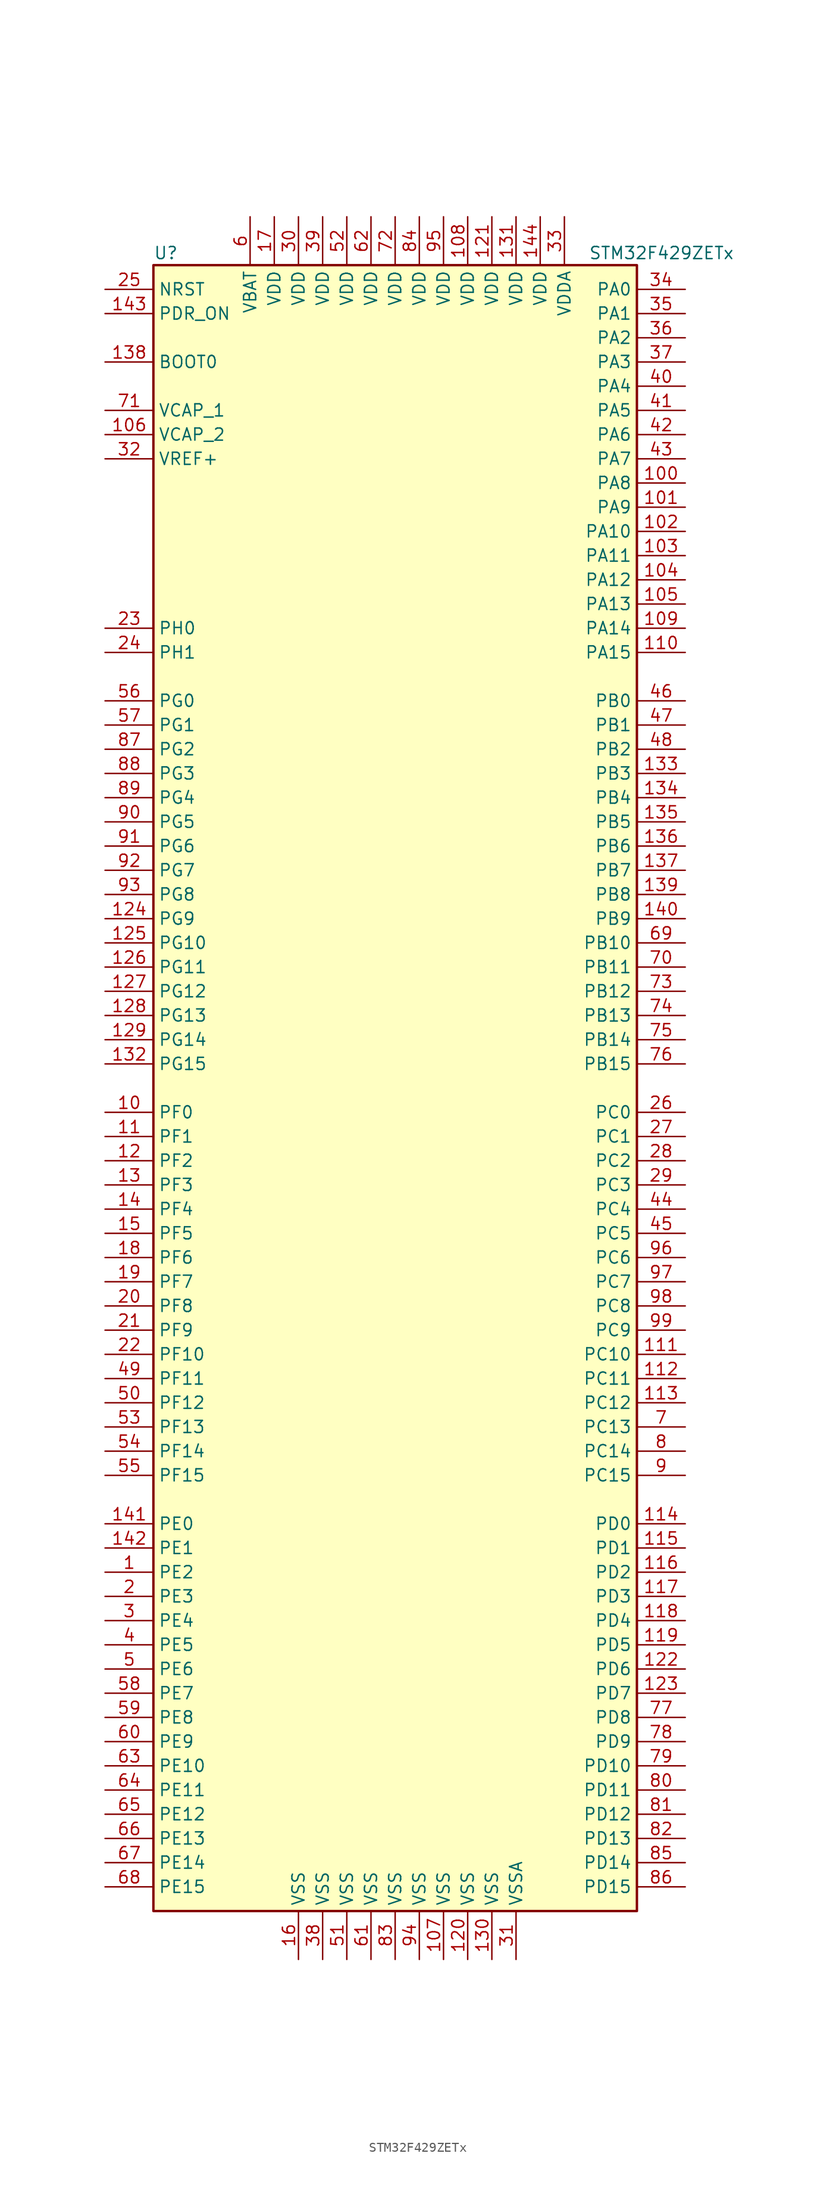
<source format=kicad_sym>
(kicad_symbol_lib
  (version 20220914)
  (generator kicad_symbol_editor)
  (symbol "STM32F429ZETx"
    (property "Reference" "U"
      (at -25.4 87.63 0)
      (effects (font (size 1.27 1.27)) (justify left)))
    (property "Value" "STM32F429ZETx"
      (at 20.32 87.63 0)
      (effects (font (size 1.27 1.27)) (justify left)))
    (symbol "STM32F429ZETx_0_1"
      (rectangle (start -25.4 -86.36) (end 25.4 86.36) (stroke (width 0.254) (type default)) (fill (type background))))
    (symbol "STM32F429ZETx_1_1"
      (pin bidirectional line (at -30.48 -50.8 0) (length 5.08) (name "PE2" (effects (font (size 1.27 1.27)))) (number "1" (effects (font (size 1.27 1.27)))))
      (pin bidirectional line (at -30.48 -2.54 0) (length 5.08) (name "PF0" (effects (font (size 1.27 1.27)))) (number "10" (effects (font (size 1.27 1.27)))))
      (pin bidirectional line (at 30.48 63.5 180) (length 5.08) (name "PA8" (effects (font (size 1.27 1.27)))) (number "100" (effects (font (size 1.27 1.27)))))
      (pin bidirectional line (at 30.48 60.96 180) (length 5.08) (name "PA9" (effects (font (size 1.27 1.27)))) (number "101" (effects (font (size 1.27 1.27)))))
      (pin bidirectional line (at 30.48 58.42 180) (length 5.08) (name "PA10" (effects (font (size 1.27 1.27)))) (number "102" (effects (font (size 1.27 1.27)))))
      (pin bidirectional line (at 30.48 55.88 180) (length 5.08) (name "PA11" (effects (font (size 1.27 1.27)))) (number "103" (effects (font (size 1.27 1.27)))))
      (pin bidirectional line (at 30.48 53.34 180) (length 5.08) (name "PA12" (effects (font (size 1.27 1.27)))) (number "104" (effects (font (size 1.27 1.27)))))
      (pin bidirectional line (at 30.48 50.8 180) (length 5.08) (name "PA13" (effects (font (size 1.27 1.27)))) (number "105" (effects (font (size 1.27 1.27)))))
      (pin power_in line (at -30.48 68.58 0) (length 5.08) (name "VCAP_2" (effects (font (size 1.27 1.27)))) (number "106" (effects (font (size 1.27 1.27)))))
      (pin power_in line (at 5.08 -91.44 90) (length 5.08) (name "VSS" (effects (font (size 1.27 1.27)))) (number "107" (effects (font (size 1.27 1.27)))))
      (pin power_in line (at 7.62 91.44 270) (length 5.08) (name "VDD" (effects (font (size 1.27 1.27)))) (number "108" (effects (font (size 1.27 1.27)))))
      (pin bidirectional line (at 30.48 48.26 180) (length 5.08) (name "PA14" (effects (font (size 1.27 1.27)))) (number "109" (effects (font (size 1.27 1.27)))))
      (pin bidirectional line (at -30.48 -5.08 0) (length 5.08) (name "PF1" (effects (font (size 1.27 1.27)))) (number "11" (effects (font (size 1.27 1.27)))))
      (pin bidirectional line (at 30.48 45.72 180) (length 5.08) (name "PA15" (effects (font (size 1.27 1.27)))) (number "110" (effects (font (size 1.27 1.27)))))
      (pin bidirectional line (at 30.48 -27.94 180) (length 5.08) (name "PC10" (effects (font (size 1.27 1.27)))) (number "111" (effects (font (size 1.27 1.27)))))
      (pin bidirectional line (at 30.48 -30.48 180) (length 5.08) (name "PC11" (effects (font (size 1.27 1.27)))) (number "112" (effects (font (size 1.27 1.27)))))
      (pin bidirectional line (at 30.48 -33.02 180) (length 5.08) (name "PC12" (effects (font (size 1.27 1.27)))) (number "113" (effects (font (size 1.27 1.27)))))
      (pin bidirectional line (at 30.48 -45.72 180) (length 5.08) (name "PD0" (effects (font (size 1.27 1.27)))) (number "114" (effects (font (size 1.27 1.27)))))
      (pin bidirectional line (at 30.48 -48.26 180) (length 5.08) (name "PD1" (effects (font (size 1.27 1.27)))) (number "115" (effects (font (size 1.27 1.27)))))
      (pin bidirectional line (at 30.48 -50.8 180) (length 5.08) (name "PD2" (effects (font (size 1.27 1.27)))) (number "116" (effects (font (size 1.27 1.27)))))
      (pin bidirectional line (at 30.48 -53.34 180) (length 5.08) (name "PD3" (effects (font (size 1.27 1.27)))) (number "117" (effects (font (size 1.27 1.27)))))
      (pin bidirectional line (at 30.48 -55.88 180) (length 5.08) (name "PD4" (effects (font (size 1.27 1.27)))) (number "118" (effects (font (size 1.27 1.27)))))
      (pin bidirectional line (at 30.48 -58.42 180) (length 5.08) (name "PD5" (effects (font (size 1.27 1.27)))) (number "119" (effects (font (size 1.27 1.27)))))
      (pin bidirectional line (at -30.48 -7.62 0) (length 5.08) (name "PF2" (effects (font (size 1.27 1.27)))) (number "12" (effects (font (size 1.27 1.27)))))
      (pin power_in line (at 7.62 -91.44 90) (length 5.08) (name "VSS" (effects (font (size 1.27 1.27)))) (number "120" (effects (font (size 1.27 1.27)))))
      (pin power_in line (at 10.16 91.44 270) (length 5.08) (name "VDD" (effects (font (size 1.27 1.27)))) (number "121" (effects (font (size 1.27 1.27)))))
      (pin bidirectional line (at 30.48 -60.96 180) (length 5.08) (name "PD6" (effects (font (size 1.27 1.27)))) (number "122" (effects (font (size 1.27 1.27)))))
      (pin bidirectional line (at 30.48 -63.5 180) (length 5.08) (name "PD7" (effects (font (size 1.27 1.27)))) (number "123" (effects (font (size 1.27 1.27)))))
      (pin bidirectional line (at -30.48 17.78 0) (length 5.08) (name "PG9" (effects (font (size 1.27 1.27)))) (number "124" (effects (font (size 1.27 1.27)))))
      (pin bidirectional line (at -30.48 15.24 0) (length 5.08) (name "PG10" (effects (font (size 1.27 1.27)))) (number "125" (effects (font (size 1.27 1.27)))))
      (pin bidirectional line (at -30.48 12.7 0) (length 5.08) (name "PG11" (effects (font (size 1.27 1.27)))) (number "126" (effects (font (size 1.27 1.27)))))
      (pin bidirectional line (at -30.48 10.16 0) (length 5.08) (name "PG12" (effects (font (size 1.27 1.27)))) (number "127" (effects (font (size 1.27 1.27)))))
      (pin bidirectional line (at -30.48 7.62 0) (length 5.08) (name "PG13" (effects (font (size 1.27 1.27)))) (number "128" (effects (font (size 1.27 1.27)))))
      (pin bidirectional line (at -30.48 5.08 0) (length 5.08) (name "PG14" (effects (font (size 1.27 1.27)))) (number "129" (effects (font (size 1.27 1.27)))))
      (pin bidirectional line (at -30.48 -10.16 0) (length 5.08) (name "PF3" (effects (font (size 1.27 1.27)))) (number "13" (effects (font (size 1.27 1.27)))))
      (pin power_in line (at 10.16 -91.44 90) (length 5.08) (name "VSS" (effects (font (size 1.27 1.27)))) (number "130" (effects (font (size 1.27 1.27)))))
      (pin power_in line (at 12.7 91.44 270) (length 5.08) (name "VDD" (effects (font (size 1.27 1.27)))) (number "131" (effects (font (size 1.27 1.27)))))
      (pin bidirectional line (at -30.48 2.54 0) (length 5.08) (name "PG15" (effects (font (size 1.27 1.27)))) (number "132" (effects (font (size 1.27 1.27)))))
      (pin bidirectional line (at 30.48 33.02 180) (length 5.08) (name "PB3" (effects (font (size 1.27 1.27)))) (number "133" (effects (font (size 1.27 1.27)))))
      (pin bidirectional line (at 30.48 30.48 180) (length 5.08) (name "PB4" (effects (font (size 1.27 1.27)))) (number "134" (effects (font (size 1.27 1.27)))))
      (pin bidirectional line (at 30.48 27.94 180) (length 5.08) (name "PB5" (effects (font (size 1.27 1.27)))) (number "135" (effects (font (size 1.27 1.27)))))
      (pin bidirectional line (at 30.48 25.4 180) (length 5.08) (name "PB6" (effects (font (size 1.27 1.27)))) (number "136" (effects (font (size 1.27 1.27)))))
      (pin bidirectional line (at 30.48 22.86 180) (length 5.08) (name "PB7" (effects (font (size 1.27 1.27)))) (number "137" (effects (font (size 1.27 1.27)))))
      (pin input line (at -30.48 76.2 0) (length 5.08) (name "BOOT0" (effects (font (size 1.27 1.27)))) (number "138" (effects (font (size 1.27 1.27)))))
      (pin bidirectional line (at 30.48 20.32 180) (length 5.08) (name "PB8" (effects (font (size 1.27 1.27)))) (number "139" (effects (font (size 1.27 1.27)))))
      (pin bidirectional line (at -30.48 -12.7 0) (length 5.08) (name "PF4" (effects (font (size 1.27 1.27)))) (number "14" (effects (font (size 1.27 1.27)))))
      (pin bidirectional line (at 30.48 17.78 180) (length 5.08) (name "PB9" (effects (font (size 1.27 1.27)))) (number "140" (effects (font (size 1.27 1.27)))))
      (pin bidirectional line (at -30.48 -45.72 0) (length 5.08) (name "PE0" (effects (font (size 1.27 1.27)))) (number "141" (effects (font (size 1.27 1.27)))))
      (pin bidirectional line (at -30.48 -48.26 0) (length 5.08) (name "PE1" (effects (font (size 1.27 1.27)))) (number "142" (effects (font (size 1.27 1.27)))))
      (pin input line (at -30.48 81.28 0) (length 5.08) (name "PDR_ON" (effects (font (size 1.27 1.27)))) (number "143" (effects (font (size 1.27 1.27)))))
      (pin power_in line (at 15.24 91.44 270) (length 5.08) (name "VDD" (effects (font (size 1.27 1.27)))) (number "144" (effects (font (size 1.27 1.27)))))
      (pin bidirectional line (at -30.48 -15.24 0) (length 5.08) (name "PF5" (effects (font (size 1.27 1.27)))) (number "15" (effects (font (size 1.27 1.27)))))
      (pin power_in line (at -10.16 -91.44 90) (length 5.08) (name "VSS" (effects (font (size 1.27 1.27)))) (number "16" (effects (font (size 1.27 1.27)))))
      (pin power_in line (at -12.7 91.44 270) (length 5.08) (name "VDD" (effects (font (size 1.27 1.27)))) (number "17" (effects (font (size 1.27 1.27)))))
      (pin bidirectional line (at -30.48 -17.78 0) (length 5.08) (name "PF6" (effects (font (size 1.27 1.27)))) (number "18" (effects (font (size 1.27 1.27)))))
      (pin bidirectional line (at -30.48 -20.32 0) (length 5.08) (name "PF7" (effects (font (size 1.27 1.27)))) (number "19" (effects (font (size 1.27 1.27)))))
      (pin bidirectional line (at -30.48 -53.34 0) (length 5.08) (name "PE3" (effects (font (size 1.27 1.27)))) (number "2" (effects (font (size 1.27 1.27)))))
      (pin bidirectional line (at -30.48 -22.86 0) (length 5.08) (name "PF8" (effects (font (size 1.27 1.27)))) (number "20" (effects (font (size 1.27 1.27)))))
      (pin bidirectional line (at -30.48 -25.4 0) (length 5.08) (name "PF9" (effects (font (size 1.27 1.27)))) (number "21" (effects (font (size 1.27 1.27)))))
      (pin bidirectional line (at -30.48 -27.94 0) (length 5.08) (name "PF10" (effects (font (size 1.27 1.27)))) (number "22" (effects (font (size 1.27 1.27)))))
      (pin input line (at -30.48 48.26 0) (length 5.08) (name "PH0" (effects (font (size 1.27 1.27)))) (number "23" (effects (font (size 1.27 1.27)))))
      (pin input line (at -30.48 45.72 0) (length 5.08) (name "PH1" (effects (font (size 1.27 1.27)))) (number "24" (effects (font (size 1.27 1.27)))))
      (pin input line (at -30.48 83.82 0) (length 5.08) (name "NRST" (effects (font (size 1.27 1.27)))) (number "25" (effects (font (size 1.27 1.27)))))
      (pin bidirectional line (at 30.48 -2.54 180) (length 5.08) (name "PC0" (effects (font (size 1.27 1.27)))) (number "26" (effects (font (size 1.27 1.27)))))
      (pin bidirectional line (at 30.48 -5.08 180) (length 5.08) (name "PC1" (effects (font (size 1.27 1.27)))) (number "27" (effects (font (size 1.27 1.27)))))
      (pin bidirectional line (at 30.48 -7.62 180) (length 5.08) (name "PC2" (effects (font (size 1.27 1.27)))) (number "28" (effects (font (size 1.27 1.27)))))
      (pin bidirectional line (at 30.48 -10.16 180) (length 5.08) (name "PC3" (effects (font (size 1.27 1.27)))) (number "29" (effects (font (size 1.27 1.27)))))
      (pin bidirectional line (at -30.48 -55.88 0) (length 5.08) (name "PE4" (effects (font (size 1.27 1.27)))) (number "3" (effects (font (size 1.27 1.27)))))
      (pin power_in line (at -10.16 91.44 270) (length 5.08) (name "VDD" (effects (font (size 1.27 1.27)))) (number "30" (effects (font (size 1.27 1.27)))))
      (pin power_in line (at 12.7 -91.44 90) (length 5.08) (name "VSSA" (effects (font (size 1.27 1.27)))) (number "31" (effects (font (size 1.27 1.27)))))
      (pin power_in line (at -30.48 66.04 0) (length 5.08) (name "VREF+" (effects (font (size 1.27 1.27)))) (number "32" (effects (font (size 1.27 1.27)))))
      (pin power_in line (at 17.78 91.44 270) (length 5.08) (name "VDDA" (effects (font (size 1.27 1.27)))) (number "33" (effects (font (size 1.27 1.27)))))
      (pin bidirectional line (at 30.48 83.82 180) (length 5.08) (name "PA0" (effects (font (size 1.27 1.27)))) (number "34" (effects (font (size 1.27 1.27)))))
      (pin bidirectional line (at 30.48 81.28 180) (length 5.08) (name "PA1" (effects (font (size 1.27 1.27)))) (number "35" (effects (font (size 1.27 1.27)))))
      (pin bidirectional line (at 30.48 78.74 180) (length 5.08) (name "PA2" (effects (font (size 1.27 1.27)))) (number "36" (effects (font (size 1.27 1.27)))))
      (pin bidirectional line (at 30.48 76.2 180) (length 5.08) (name "PA3" (effects (font (size 1.27 1.27)))) (number "37" (effects (font (size 1.27 1.27)))))
      (pin power_in line (at -7.62 -91.44 90) (length 5.08) (name "VSS" (effects (font (size 1.27 1.27)))) (number "38" (effects (font (size 1.27 1.27)))))
      (pin power_in line (at -7.62 91.44 270) (length 5.08) (name "VDD" (effects (font (size 1.27 1.27)))) (number "39" (effects (font (size 1.27 1.27)))))
      (pin bidirectional line (at -30.48 -58.42 0) (length 5.08) (name "PE5" (effects (font (size 1.27 1.27)))) (number "4" (effects (font (size 1.27 1.27)))))
      (pin bidirectional line (at 30.48 73.66 180) (length 5.08) (name "PA4" (effects (font (size 1.27 1.27)))) (number "40" (effects (font (size 1.27 1.27)))))
      (pin bidirectional line (at 30.48 71.12 180) (length 5.08) (name "PA5" (effects (font (size 1.27 1.27)))) (number "41" (effects (font (size 1.27 1.27)))))
      (pin bidirectional line (at 30.48 68.58 180) (length 5.08) (name "PA6" (effects (font (size 1.27 1.27)))) (number "42" (effects (font (size 1.27 1.27)))))
      (pin bidirectional line (at 30.48 66.04 180) (length 5.08) (name "PA7" (effects (font (size 1.27 1.27)))) (number "43" (effects (font (size 1.27 1.27)))))
      (pin bidirectional line (at 30.48 -12.7 180) (length 5.08) (name "PC4" (effects (font (size 1.27 1.27)))) (number "44" (effects (font (size 1.27 1.27)))))
      (pin bidirectional line (at 30.48 -15.24 180) (length 5.08) (name "PC5" (effects (font (size 1.27 1.27)))) (number "45" (effects (font (size 1.27 1.27)))))
      (pin bidirectional line (at 30.48 40.64 180) (length 5.08) (name "PB0" (effects (font (size 1.27 1.27)))) (number "46" (effects (font (size 1.27 1.27)))))
      (pin bidirectional line (at 30.48 38.1 180) (length 5.08) (name "PB1" (effects (font (size 1.27 1.27)))) (number "47" (effects (font (size 1.27 1.27)))))
      (pin bidirectional line (at 30.48 35.56 180) (length 5.08) (name "PB2" (effects (font (size 1.27 1.27)))) (number "48" (effects (font (size 1.27 1.27)))))
      (pin bidirectional line (at -30.48 -30.48 0) (length 5.08) (name "PF11" (effects (font (size 1.27 1.27)))) (number "49" (effects (font (size 1.27 1.27)))))
      (pin bidirectional line (at -30.48 -60.96 0) (length 5.08) (name "PE6" (effects (font (size 1.27 1.27)))) (number "5" (effects (font (size 1.27 1.27)))))
      (pin bidirectional line (at -30.48 -33.02 0) (length 5.08) (name "PF12" (effects (font (size 1.27 1.27)))) (number "50" (effects (font (size 1.27 1.27)))))
      (pin power_in line (at -5.08 -91.44 90) (length 5.08) (name "VSS" (effects (font (size 1.27 1.27)))) (number "51" (effects (font (size 1.27 1.27)))))
      (pin power_in line (at -5.08 91.44 270) (length 5.08) (name "VDD" (effects (font (size 1.27 1.27)))) (number "52" (effects (font (size 1.27 1.27)))))
      (pin bidirectional line (at -30.48 -35.56 0) (length 5.08) (name "PF13" (effects (font (size 1.27 1.27)))) (number "53" (effects (font (size 1.27 1.27)))))
      (pin bidirectional line (at -30.48 -38.1 0) (length 5.08) (name "PF14" (effects (font (size 1.27 1.27)))) (number "54" (effects (font (size 1.27 1.27)))))
      (pin bidirectional line (at -30.48 -40.64 0) (length 5.08) (name "PF15" (effects (font (size 1.27 1.27)))) (number "55" (effects (font (size 1.27 1.27)))))
      (pin bidirectional line (at -30.48 40.64 0) (length 5.08) (name "PG0" (effects (font (size 1.27 1.27)))) (number "56" (effects (font (size 1.27 1.27)))))
      (pin bidirectional line (at -30.48 38.1 0) (length 5.08) (name "PG1" (effects (font (size 1.27 1.27)))) (number "57" (effects (font (size 1.27 1.27)))))
      (pin bidirectional line (at -30.48 -63.5 0) (length 5.08) (name "PE7" (effects (font (size 1.27 1.27)))) (number "58" (effects (font (size 1.27 1.27)))))
      (pin bidirectional line (at -30.48 -66.04 0) (length 5.08) (name "PE8" (effects (font (size 1.27 1.27)))) (number "59" (effects (font (size 1.27 1.27)))))
      (pin power_in line (at -15.24 91.44 270) (length 5.08) (name "VBAT" (effects (font (size 1.27 1.27)))) (number "6" (effects (font (size 1.27 1.27)))))
      (pin bidirectional line (at -30.48 -68.58 0) (length 5.08) (name "PE9" (effects (font (size 1.27 1.27)))) (number "60" (effects (font (size 1.27 1.27)))))
      (pin power_in line (at -2.54 -91.44 90) (length 5.08) (name "VSS" (effects (font (size 1.27 1.27)))) (number "61" (effects (font (size 1.27 1.27)))))
      (pin power_in line (at -2.54 91.44 270) (length 5.08) (name "VDD" (effects (font (size 1.27 1.27)))) (number "62" (effects (font (size 1.27 1.27)))))
      (pin bidirectional line (at -30.48 -71.12 0) (length 5.08) (name "PE10" (effects (font (size 1.27 1.27)))) (number "63" (effects (font (size 1.27 1.27)))))
      (pin bidirectional line (at -30.48 -73.66 0) (length 5.08) (name "PE11" (effects (font (size 1.27 1.27)))) (number "64" (effects (font (size 1.27 1.27)))))
      (pin bidirectional line (at -30.48 -76.2 0) (length 5.08) (name "PE12" (effects (font (size 1.27 1.27)))) (number "65" (effects (font (size 1.27 1.27)))))
      (pin bidirectional line (at -30.48 -78.74 0) (length 5.08) (name "PE13" (effects (font (size 1.27 1.27)))) (number "66" (effects (font (size 1.27 1.27)))))
      (pin bidirectional line (at -30.48 -81.28 0) (length 5.08) (name "PE14" (effects (font (size 1.27 1.27)))) (number "67" (effects (font (size 1.27 1.27)))))
      (pin bidirectional line (at -30.48 -83.82 0) (length 5.08) (name "PE15" (effects (font (size 1.27 1.27)))) (number "68" (effects (font (size 1.27 1.27)))))
      (pin bidirectional line (at 30.48 15.24 180) (length 5.08) (name "PB10" (effects (font (size 1.27 1.27)))) (number "69" (effects (font (size 1.27 1.27)))))
      (pin bidirectional line (at 30.48 -35.56 180) (length 5.08) (name "PC13" (effects (font (size 1.27 1.27)))) (number "7" (effects (font (size 1.27 1.27)))))
      (pin bidirectional line (at 30.48 12.7 180) (length 5.08) (name "PB11" (effects (font (size 1.27 1.27)))) (number "70" (effects (font (size 1.27 1.27)))))
      (pin power_in line (at -30.48 71.12 0) (length 5.08) (name "VCAP_1" (effects (font (size 1.27 1.27)))) (number "71" (effects (font (size 1.27 1.27)))))
      (pin power_in line (at 0 91.44 270) (length 5.08) (name "VDD" (effects (font (size 1.27 1.27)))) (number "72" (effects (font (size 1.27 1.27)))))
      (pin bidirectional line (at 30.48 10.16 180) (length 5.08) (name "PB12" (effects (font (size 1.27 1.27)))) (number "73" (effects (font (size 1.27 1.27)))))
      (pin bidirectional line (at 30.48 7.62 180) (length 5.08) (name "PB13" (effects (font (size 1.27 1.27)))) (number "74" (effects (font (size 1.27 1.27)))))
      (pin bidirectional line (at 30.48 5.08 180) (length 5.08) (name "PB14" (effects (font (size 1.27 1.27)))) (number "75" (effects (font (size 1.27 1.27)))))
      (pin bidirectional line (at 30.48 2.54 180) (length 5.08) (name "PB15" (effects (font (size 1.27 1.27)))) (number "76" (effects (font (size 1.27 1.27)))))
      (pin bidirectional line (at 30.48 -66.04 180) (length 5.08) (name "PD8" (effects (font (size 1.27 1.27)))) (number "77" (effects (font (size 1.27 1.27)))))
      (pin bidirectional line (at 30.48 -68.58 180) (length 5.08) (name "PD9" (effects (font (size 1.27 1.27)))) (number "78" (effects (font (size 1.27 1.27)))))
      (pin bidirectional line (at 30.48 -71.12 180) (length 5.08) (name "PD10" (effects (font (size 1.27 1.27)))) (number "79" (effects (font (size 1.27 1.27)))))
      (pin bidirectional line (at 30.48 -38.1 180) (length 5.08) (name "PC14" (effects (font (size 1.27 1.27)))) (number "8" (effects (font (size 1.27 1.27)))))
      (pin bidirectional line (at 30.48 -73.66 180) (length 5.08) (name "PD11" (effects (font (size 1.27 1.27)))) (number "80" (effects (font (size 1.27 1.27)))))
      (pin bidirectional line (at 30.48 -76.2 180) (length 5.08) (name "PD12" (effects (font (size 1.27 1.27)))) (number "81" (effects (font (size 1.27 1.27)))))
      (pin bidirectional line (at 30.48 -78.74 180) (length 5.08) (name "PD13" (effects (font (size 1.27 1.27)))) (number "82" (effects (font (size 1.27 1.27)))))
      (pin power_in line (at 0 -91.44 90) (length 5.08) (name "VSS" (effects (font (size 1.27 1.27)))) (number "83" (effects (font (size 1.27 1.27)))))
      (pin power_in line (at 2.54 91.44 270) (length 5.08) (name "VDD" (effects (font (size 1.27 1.27)))) (number "84" (effects (font (size 1.27 1.27)))))
      (pin bidirectional line (at 30.48 -81.28 180) (length 5.08) (name "PD14" (effects (font (size 1.27 1.27)))) (number "85" (effects (font (size 1.27 1.27)))))
      (pin bidirectional line (at 30.48 -83.82 180) (length 5.08) (name "PD15" (effects (font (size 1.27 1.27)))) (number "86" (effects (font (size 1.27 1.27)))))
      (pin bidirectional line (at -30.48 35.56 0) (length 5.08) (name "PG2" (effects (font (size 1.27 1.27)))) (number "87" (effects (font (size 1.27 1.27)))))
      (pin bidirectional line (at -30.48 33.02 0) (length 5.08) (name "PG3" (effects (font (size 1.27 1.27)))) (number "88" (effects (font (size 1.27 1.27)))))
      (pin bidirectional line (at -30.48 30.48 0) (length 5.08) (name "PG4" (effects (font (size 1.27 1.27)))) (number "89" (effects (font (size 1.27 1.27)))))
      (pin bidirectional line (at 30.48 -40.64 180) (length 5.08) (name "PC15" (effects (font (size 1.27 1.27)))) (number "9" (effects (font (size 1.27 1.27)))))
      (pin bidirectional line (at -30.48 27.94 0) (length 5.08) (name "PG5" (effects (font (size 1.27 1.27)))) (number "90" (effects (font (size 1.27 1.27)))))
      (pin bidirectional line (at -30.48 25.4 0) (length 5.08) (name "PG6" (effects (font (size 1.27 1.27)))) (number "91" (effects (font (size 1.27 1.27)))))
      (pin bidirectional line (at -30.48 22.86 0) (length 5.08) (name "PG7" (effects (font (size 1.27 1.27)))) (number "92" (effects (font (size 1.27 1.27)))))
      (pin bidirectional line (at -30.48 20.32 0) (length 5.08) (name "PG8" (effects (font (size 1.27 1.27)))) (number "93" (effects (font (size 1.27 1.27)))))
      (pin power_in line (at 2.54 -91.44 90) (length 5.08) (name "VSS" (effects (font (size 1.27 1.27)))) (number "94" (effects (font (size 1.27 1.27)))))
      (pin power_in line (at 5.08 91.44 270) (length 5.08) (name "VDD" (effects (font (size 1.27 1.27)))) (number "95" (effects (font (size 1.27 1.27)))))
      (pin bidirectional line (at 30.48 -17.78 180) (length 5.08) (name "PC6" (effects (font (size 1.27 1.27)))) (number "96" (effects (font (size 1.27 1.27)))))
      (pin bidirectional line (at 30.48 -20.32 180) (length 5.08) (name "PC7" (effects (font (size 1.27 1.27)))) (number "97" (effects (font (size 1.27 1.27)))))
      (pin bidirectional line (at 30.48 -22.86 180) (length 5.08) (name "PC8" (effects (font (size 1.27 1.27)))) (number "98" (effects (font (size 1.27 1.27)))))
      (pin bidirectional line (at 30.48 -25.4 180) (length 5.08) (name "PC9" (effects (font (size 1.27 1.27)))) (number "99" (effects (font (size 1.27 1.27))))))))
</source>
